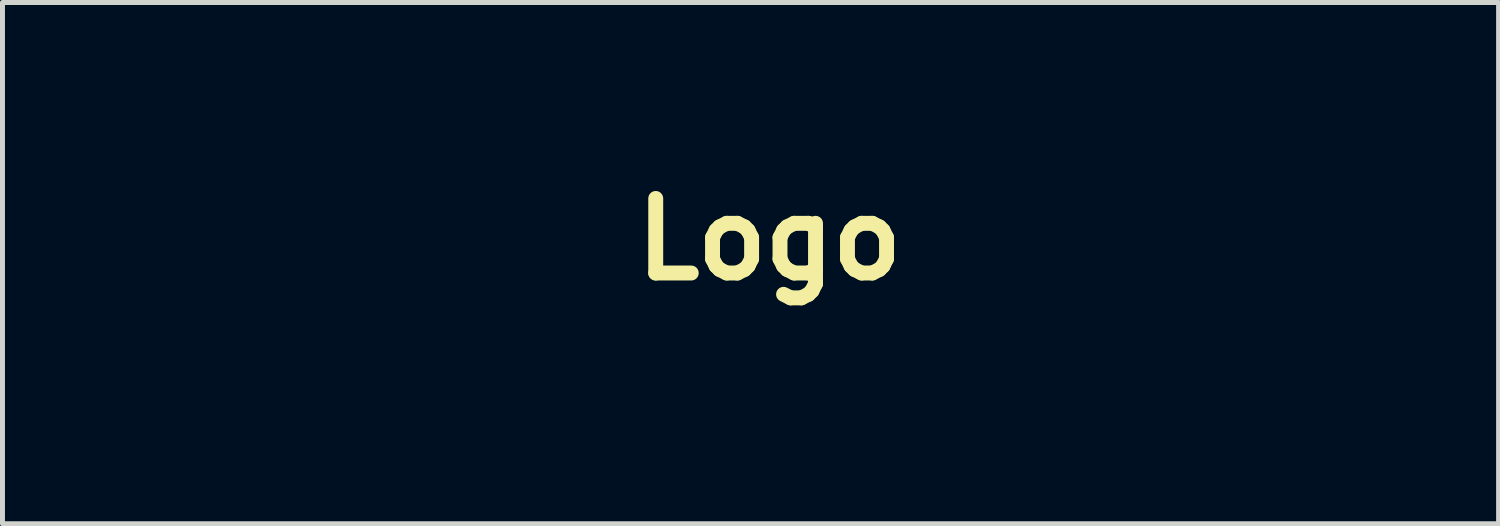
<source format=kicad_pcb>
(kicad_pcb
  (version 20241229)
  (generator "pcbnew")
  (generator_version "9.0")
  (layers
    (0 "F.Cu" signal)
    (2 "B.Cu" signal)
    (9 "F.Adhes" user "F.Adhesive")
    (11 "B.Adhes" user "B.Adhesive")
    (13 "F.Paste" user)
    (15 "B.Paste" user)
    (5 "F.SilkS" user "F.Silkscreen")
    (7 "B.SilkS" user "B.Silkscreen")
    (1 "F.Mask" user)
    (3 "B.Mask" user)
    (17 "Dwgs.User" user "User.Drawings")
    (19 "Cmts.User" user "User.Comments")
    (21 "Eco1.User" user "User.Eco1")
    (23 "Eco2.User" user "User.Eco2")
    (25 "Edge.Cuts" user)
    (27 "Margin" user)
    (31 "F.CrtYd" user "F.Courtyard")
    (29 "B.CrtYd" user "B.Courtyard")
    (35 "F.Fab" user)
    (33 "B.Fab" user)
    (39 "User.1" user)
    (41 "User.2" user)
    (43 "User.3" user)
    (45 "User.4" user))
  (footprint "Logo"
    (layer "F.Cu")
    (at 12.427 1.764)
    (property "Reference" "Logo" (at 0 0 0) (layer "F.SilkS") (effects (font (size 1.5 1.5) (thickness 0.3))))
    (attr board_only exclude_from_pos_files exclude_from_bom)
    (fp_poly (pts (xy -7.481 -0.102) (xy -7.462 0.563) (xy -7.438 1.003) (xy -7.396 1.268) (xy -7.327 1.404) (xy -7.218 1.462) (xy -7.114 1.48) (xy -6.785 1.527) (xy -6.87 -0.056) (xy -6.955 -1.639) (xy -6.413 -1.639) (xy -5.872 -1.639) (xy -5.872 0.129) (xy -5.88 0.795) (xy -5.902 1.357) (xy -5.935 1.762) (xy -5.975 1.956) (xy -5.982 1.964) (xy -6.283 2.057) (xy -6.746 2.106) (xy -7.262 2.109) (xy -7.723 2.063) (xy -7.92 2.013) (xy -8.297 1.802) (xy -8.577 1.449) (xy -8.774 0.92) (xy -8.905 0.178) (xy -8.958 -0.376) (xy -9.052 -1.639) (xy -8.286 -1.639) (xy -7.52 -1.639)) (stroke (width 0) (type solid)) (fill yes) (layer "F.Mask"))
    (fp_poly (pts (xy 7.072 -1.714) (xy 7.569 -1.445) (xy 7.944 -0.984) (xy 8.158 -0.359) (xy 8.194 0.066) (xy 8.103 0.821) (xy 7.853 1.431) (xy 7.48 1.872) (xy 7.016 2.123) (xy 6.497 2.162) (xy 5.958 1.965) (xy 5.639 1.724) (xy 5.36 1.446) (xy 5.202 1.189) (xy 5.121 0.852) (xy 5.111 0.741) (xy 6.202 0.741) (xy 6.266 0.99) (xy 6.436 1.293) (xy 6.625 1.33) (xy 6.855 1.102) (xy 6.916 1.014) (xy 7.051 0.646) (xy 7.025 0.286) (xy 6.861 0.019) (xy 6.623 -0.068) (xy 6.369 0.049) (xy 6.22 0.346) (xy 6.202 0.741) (xy 5.111 0.741) (xy 5.08 0.38) (xy 5.101 -0.414) (xy 5.286 -1.009) (xy 5.645 -1.428) (xy 5.868 -1.568) (xy 6.492 -1.764)) (stroke (width 0) (type solid)) (fill yes) (layer "F.Mask"))
    (fp_poly (pts (xy -1.488 -1.638) (xy -0.652 -1.578) (xy -0.036 -1.385) (xy 0.387 -1.038) (xy 0.647 -0.519) (xy 0.745 -0.051) (xy 0.722 0.653) (xy 0.474 1.266) (xy 0.022 1.731) (xy 0.014 1.736) (xy -0.322 1.918) (xy -0.707 2.015) (xy -1.239 2.047) (xy -1.386 2.048) (xy -2.322 2.048) (xy -2.322 1.331) (xy -2.334 0.835) (xy -2.344 0.625) (xy -0.956 0.625) (xy -0.944 1.061) (xy -0.896 1.282) (xy -0.791 1.347) (xy -0.718 1.34) (xy -0.493 1.192) (xy -0.297 0.913) (xy -0.188 0.6) (xy -0.245 0.346) (xy -0.334 0.198) (xy -0.588 -0.101) (xy -0.781 -0.136) (xy -0.906 0.086) (xy -0.955 0.561) (xy -0.956 0.625) (xy -2.344 0.625) (xy -2.364 0.197) (xy -2.406 -0.452) (xy -2.411 -0.512) (xy -2.499 -1.639)) (stroke (width 0) (type solid)) (fill yes) (layer "F.Mask"))
    (fp_poly (pts (xy 9.436 -1.638) (xy 10.273 -1.578) (xy 10.888 -1.385) (xy 11.312 -1.038) (xy 11.572 -0.519) (xy 11.67 -0.051) (xy 11.647 0.653) (xy 11.398 1.266) (xy 10.947 1.731) (xy 10.939 1.736) (xy 10.602 1.918) (xy 10.218 2.015) (xy 9.685 2.047) (xy 9.539 2.048) (xy 8.603 2.048) (xy 8.602 1.331) (xy 8.591 0.835) (xy 8.581 0.625) (xy 9.969 0.625) (xy 9.981 1.061) (xy 10.029 1.282) (xy 10.134 1.347) (xy 10.207 1.34) (xy 10.432 1.192) (xy 10.627 0.913) (xy 10.737 0.6) (xy 10.68 0.346) (xy 10.591 0.198) (xy 10.337 -0.101) (xy 10.143 -0.136) (xy 10.018 0.086) (xy 9.969 0.561) (xy 9.969 0.625) (xy 8.581 0.625) (xy 8.561 0.197) (xy 8.518 -0.452) (xy 8.514 -0.512) (xy 8.426 -1.639)) (stroke (width 0) (type solid)) (fill yes) (layer "F.Mask"))
    (fp_poly (pts (xy -10.397 -1.693) (xy -9.869 -1.414) (xy -9.48 -0.934) (xy -9.478 -0.932) (xy -9.323 -0.397) (xy -9.303 0.254) (xy -9.41 0.905) (xy -9.634 1.442) (xy -9.682 1.513) (xy -9.876 1.796) (xy -9.911 1.971) (xy -9.799 2.145) (xy -9.747 2.204) (xy -9.589 2.417) (xy -9.626 2.546) (xy -9.701 2.601) (xy -10.04 2.722) (xy -10.324 2.593) (xy -10.351 2.567) (xy -10.496 2.346) (xy -10.515 2.26) (xy -10.636 2.162) (xy -10.931 2.109) (xy -10.99 2.107) (xy -11.54 1.97) (xy -11.978 1.609) (xy -12.28 1.057) (xy -12.393 0.483) (xy -11.289 0.483) (xy -11.21 0.889) (xy -11.125 1.05) (xy -10.886 1.416) (xy -10.632 1.102) (xy -10.446 0.797) (xy -10.378 0.557) (xy -10.463 0.229) (xy -10.664 -0.021) (xy -10.908 -0.11) (xy -10.969 -0.096) (xy -11.204 0.123) (xy -11.289 0.483) (xy -12.393 0.483) (xy -12.42 0.349) (xy -12.427 0.137) (xy -12.332 -0.627) (xy -12.053 -1.202) (xy -11.612 -1.568) (xy -10.999 -1.75)) (stroke (width 0) (type solid)) (fill yes) (layer "F.Mask"))
    (fp_poly (pts (xy 1.989 -1.627) (xy 2.226 -1.552) (xy 2.397 -1.351) (xy 2.582 -0.991) (xy 2.897 -0.342) (xy 3.226 -0.991) (xy 3.431 -1.367) (xy 3.608 -1.559) (xy 3.85 -1.629) (xy 4.188 -1.639) (xy 4.821 -1.639) (xy 4.733 -0.307) (xy 4.694 0.334) (xy 4.663 0.931) (xy 4.646 1.392) (xy 4.644 1.536) (xy 4.624 1.872) (xy 4.523 2.016) (xy 4.279 2.048) (xy 4.241 2.048) (xy 3.986 2.025) (xy 3.861 1.903) (xy 3.808 1.607) (xy 3.797 1.476) (xy 3.755 0.903) (xy 3.378 1.476) (xy 3.143 1.804) (xy 2.96 2.011) (xy 2.9 2.047) (xy 2.768 1.944) (xy 2.557 1.686) (xy 2.475 1.569) (xy 2.202 1.218) (xy 2.025 1.118) (xy 1.933 1.269) (xy 1.912 1.57) (xy 1.889 1.892) (xy 1.773 2.023) (xy 1.502 2.048) (xy 1.273 2.037) (xy 1.151 1.96) (xy 1.102 1.751) (xy 1.093 1.347) (xy 1.092 1.25) (xy 1.08 0.69) (xy 1.047 0.012) (xy 1.004 -0.594) (xy 0.916 -1.639) (xy 1.591 -1.639)) (stroke (width 0) (type solid)) (fill yes) (layer "F.Mask"))
    (fp_poly (pts (xy -3.824 -1.623) (xy -3.604 -1.555) (xy -3.504 -1.404) (xy -3.484 -1.331) (xy -3.425 -1.075) (xy -3.32 -0.623) (xy -3.185 -0.044) (xy -3.072 0.443) (xy -2.935 1.04) (xy -2.824 1.534) (xy -2.752 1.866) (xy -2.731 1.979) (xy -2.849 2.041) (xy -3.14 2.06) (xy -3.507 2.041) (xy -3.855 1.992) (xy -4.088 1.919) (xy -4.131 1.878) (xy -4.226 1.784) (xy -4.421 1.899) (xy -4.426 1.903) (xy -4.628 2.029) (xy -4.762 1.955) (xy -4.8 1.903) (xy -4.931 1.785) (xy -5.006 1.878) (xy -5.181 2.007) (xy -5.421 2.048) (xy -5.668 2.011) (xy -5.709 1.848) (xy -5.685 1.741) (xy -5.622 1.48) (xy -5.567 1.237) (xy -4.843 1.237) (xy -4.806 1.346) (xy -4.619 1.341) (xy -4.616 1.34) (xy -4.361 1.248) (xy -4.276 1.155) (xy -4.312 0.944) (xy -4.416 0.759) (xy -4.548 0.61) (xy -4.64 0.656) (xy -4.75 0.93) (xy -4.755 0.944) (xy -4.843 1.237) (xy -5.567 1.237) (xy -5.519 1.025) (xy -5.393 0.452) (xy -5.31 0.068) (xy -5.182 -0.523) (xy -5.073 -1.021) (xy -4.997 -1.361) (xy -4.971 -1.468) (xy -4.805 -1.581) (xy -4.409 -1.635) (xy -4.24 -1.639)) (stroke (width 0) (type solid)) (fill yes) (layer "F.Mask")))
  (gr_rect
    (start -3 -3)
    (end 27.097 7.486)
    (stroke (width 0.1) (type default))
    (fill no)
    (layer "Edge.Cuts")))
</source>
